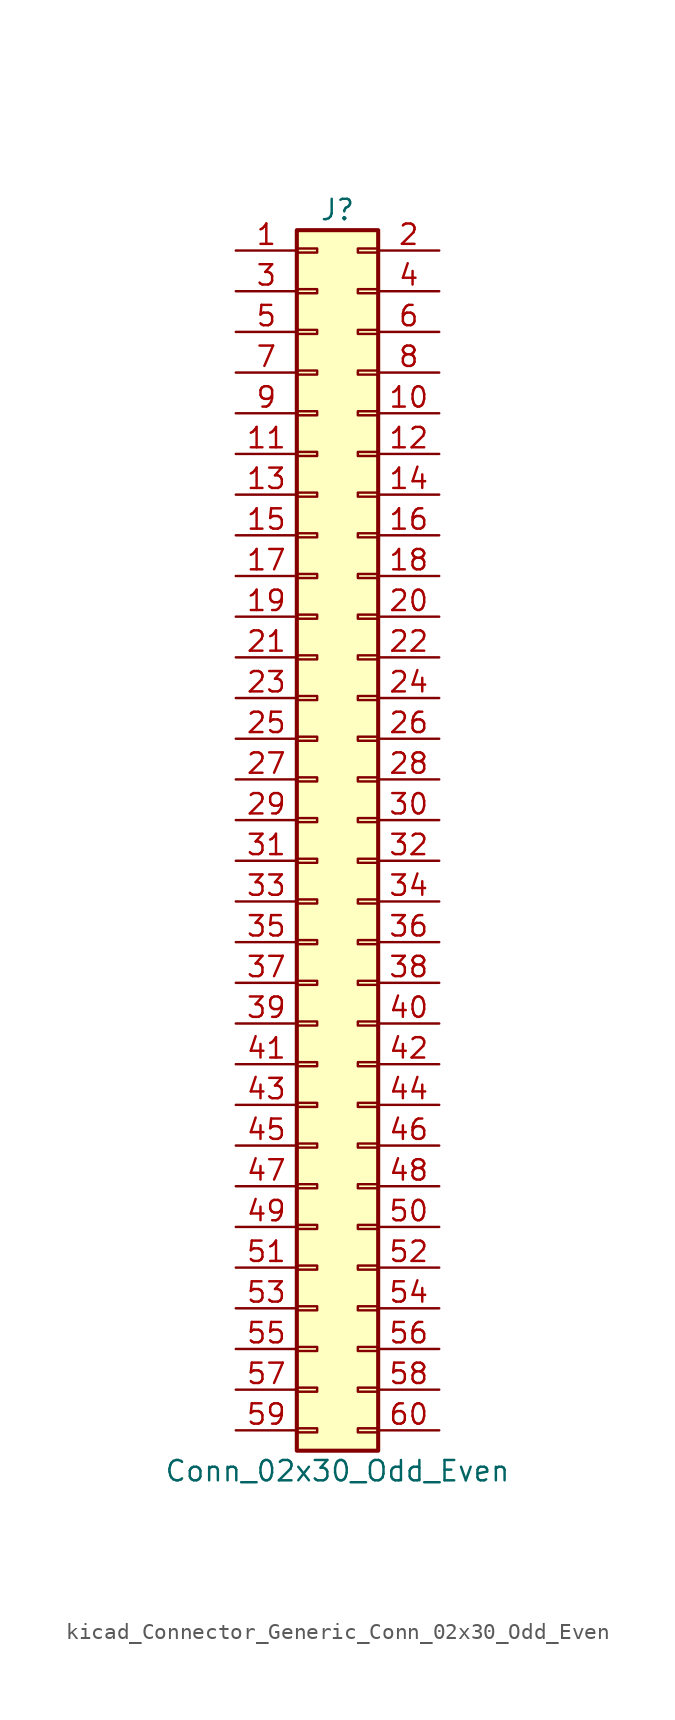
<source format=kicad_sym>
(kicad_symbol_lib
  (version 20220914)
  (generator kicad_symbol_editor)
  (symbol "kicad_Connector_Generic_Conn_02x30_Odd_Even"
    (pin_names
      (offset 1.016) hide)
    (property "Reference" "J"
      (at 1.27 38.1 0)
      (effects (font (size 1.27 1.27))))
    (property "Value" "Conn_02x30_Odd_Even"
      (at 1.27 -40.64 0)
      (effects (font (size 1.27 1.27))))
    (symbol "kicad_Connector_Generic_Conn_02x30_Odd_Even_1_1"
      (rectangle (start -1.27 -37.973) (end 0 -38.227) (stroke (width 0.152) (type default)) (fill (type none)))
      (rectangle (start -1.27 -35.433) (end 0 -35.687) (stroke (width 0.152) (type default)) (fill (type none)))
      (rectangle (start -1.27 -32.893) (end 0 -33.147) (stroke (width 0.152) (type default)) (fill (type none)))
      (rectangle (start -1.27 -30.353) (end 0 -30.607) (stroke (width 0.152) (type default)) (fill (type none)))
      (rectangle (start -1.27 -27.813) (end 0 -28.067) (stroke (width 0.152) (type default)) (fill (type none)))
      (rectangle (start -1.27 -25.273) (end 0 -25.527) (stroke (width 0.152) (type default)) (fill (type none)))
      (rectangle (start -1.27 -22.733) (end 0 -22.987) (stroke (width 0.152) (type default)) (fill (type none)))
      (rectangle (start -1.27 -20.193) (end 0 -20.447) (stroke (width 0.152) (type default)) (fill (type none)))
      (rectangle (start -1.27 -17.653) (end 0 -17.907) (stroke (width 0.152) (type default)) (fill (type none)))
      (rectangle (start -1.27 -15.113) (end 0 -15.367) (stroke (width 0.152) (type default)) (fill (type none)))
      (rectangle (start -1.27 -12.573) (end 0 -12.827) (stroke (width 0.152) (type default)) (fill (type none)))
      (rectangle (start -1.27 -10.033) (end 0 -10.287) (stroke (width 0.152) (type default)) (fill (type none)))
      (rectangle (start -1.27 -7.493) (end 0 -7.747) (stroke (width 0.152) (type default)) (fill (type none)))
      (rectangle (start -1.27 -4.953) (end 0 -5.207) (stroke (width 0.152) (type default)) (fill (type none)))
      (rectangle (start -1.27 -2.413) (end 0 -2.667) (stroke (width 0.152) (type default)) (fill (type none)))
      (rectangle (start -1.27 0.127) (end 0 -0.127) (stroke (width 0.152) (type default)) (fill (type none)))
      (rectangle (start -1.27 2.667) (end 0 2.413) (stroke (width 0.152) (type default)) (fill (type none)))
      (rectangle (start -1.27 5.207) (end 0 4.953) (stroke (width 0.152) (type default)) (fill (type none)))
      (rectangle (start -1.27 7.747) (end 0 7.493) (stroke (width 0.152) (type default)) (fill (type none)))
      (rectangle (start -1.27 10.287) (end 0 10.033) (stroke (width 0.152) (type default)) (fill (type none)))
      (rectangle (start -1.27 12.827) (end 0 12.573) (stroke (width 0.152) (type default)) (fill (type none)))
      (rectangle (start -1.27 15.367) (end 0 15.113) (stroke (width 0.152) (type default)) (fill (type none)))
      (rectangle (start -1.27 17.907) (end 0 17.653) (stroke (width 0.152) (type default)) (fill (type none)))
      (rectangle (start -1.27 20.447) (end 0 20.193) (stroke (width 0.152) (type default)) (fill (type none)))
      (rectangle (start -1.27 22.987) (end 0 22.733) (stroke (width 0.152) (type default)) (fill (type none)))
      (rectangle (start -1.27 25.527) (end 0 25.273) (stroke (width 0.152) (type default)) (fill (type none)))
      (rectangle (start -1.27 28.067) (end 0 27.813) (stroke (width 0.152) (type default)) (fill (type none)))
      (rectangle (start -1.27 30.607) (end 0 30.353) (stroke (width 0.152) (type default)) (fill (type none)))
      (rectangle (start -1.27 33.147) (end 0 32.893) (stroke (width 0.152) (type default)) (fill (type none)))
      (rectangle (start -1.27 35.687) (end 0 35.433) (stroke (width 0.152) (type default)) (fill (type none)))
      (rectangle (start -1.27 36.83) (end 3.81 -39.37) (stroke (width 0.254) (type default)) (fill (type background)))
      (rectangle (start 3.81 -37.973) (end 2.54 -38.227) (stroke (width 0.152) (type default)) (fill (type none)))
      (rectangle (start 3.81 -35.433) (end 2.54 -35.687) (stroke (width 0.152) (type default)) (fill (type none)))
      (rectangle (start 3.81 -32.893) (end 2.54 -33.147) (stroke (width 0.152) (type default)) (fill (type none)))
      (rectangle (start 3.81 -30.353) (end 2.54 -30.607) (stroke (width 0.152) (type default)) (fill (type none)))
      (rectangle (start 3.81 -27.813) (end 2.54 -28.067) (stroke (width 0.152) (type default)) (fill (type none)))
      (rectangle (start 3.81 -25.273) (end 2.54 -25.527) (stroke (width 0.152) (type default)) (fill (type none)))
      (rectangle (start 3.81 -22.733) (end 2.54 -22.987) (stroke (width 0.152) (type default)) (fill (type none)))
      (rectangle (start 3.81 -20.193) (end 2.54 -20.447) (stroke (width 0.152) (type default)) (fill (type none)))
      (rectangle (start 3.81 -17.653) (end 2.54 -17.907) (stroke (width 0.152) (type default)) (fill (type none)))
      (rectangle (start 3.81 -15.113) (end 2.54 -15.367) (stroke (width 0.152) (type default)) (fill (type none)))
      (rectangle (start 3.81 -12.573) (end 2.54 -12.827) (stroke (width 0.152) (type default)) (fill (type none)))
      (rectangle (start 3.81 -10.033) (end 2.54 -10.287) (stroke (width 0.152) (type default)) (fill (type none)))
      (rectangle (start 3.81 -7.493) (end 2.54 -7.747) (stroke (width 0.152) (type default)) (fill (type none)))
      (rectangle (start 3.81 -4.953) (end 2.54 -5.207) (stroke (width 0.152) (type default)) (fill (type none)))
      (rectangle (start 3.81 -2.413) (end 2.54 -2.667) (stroke (width 0.152) (type default)) (fill (type none)))
      (rectangle (start 3.81 0.127) (end 2.54 -0.127) (stroke (width 0.152) (type default)) (fill (type none)))
      (rectangle (start 3.81 2.667) (end 2.54 2.413) (stroke (width 0.152) (type default)) (fill (type none)))
      (rectangle (start 3.81 5.207) (end 2.54 4.953) (stroke (width 0.152) (type default)) (fill (type none)))
      (rectangle (start 3.81 7.747) (end 2.54 7.493) (stroke (width 0.152) (type default)) (fill (type none)))
      (rectangle (start 3.81 10.287) (end 2.54 10.033) (stroke (width 0.152) (type default)) (fill (type none)))
      (rectangle (start 3.81 12.827) (end 2.54 12.573) (stroke (width 0.152) (type default)) (fill (type none)))
      (rectangle (start 3.81 15.367) (end 2.54 15.113) (stroke (width 0.152) (type default)) (fill (type none)))
      (rectangle (start 3.81 17.907) (end 2.54 17.653) (stroke (width 0.152) (type default)) (fill (type none)))
      (rectangle (start 3.81 20.447) (end 2.54 20.193) (stroke (width 0.152) (type default)) (fill (type none)))
      (rectangle (start 3.81 22.987) (end 2.54 22.733) (stroke (width 0.152) (type default)) (fill (type none)))
      (rectangle (start 3.81 25.527) (end 2.54 25.273) (stroke (width 0.152) (type default)) (fill (type none)))
      (rectangle (start 3.81 28.067) (end 2.54 27.813) (stroke (width 0.152) (type default)) (fill (type none)))
      (rectangle (start 3.81 30.607) (end 2.54 30.353) (stroke (width 0.152) (type default)) (fill (type none)))
      (rectangle (start 3.81 33.147) (end 2.54 32.893) (stroke (width 0.152) (type default)) (fill (type none)))
      (rectangle (start 3.81 35.687) (end 2.54 35.433) (stroke (width 0.152) (type default)) (fill (type none)))
      (pin passive line (at -5.08 35.56 0) (length 3.81) (name "Pin_1" (effects (font (size 1.27 1.27)))) (number "1" (effects (font (size 1.27 1.27)))))
      (pin passive line (at 7.62 25.4 180) (length 3.81) (name "Pin_10" (effects (font (size 1.27 1.27)))) (number "10" (effects (font (size 1.27 1.27)))))
      (pin passive line (at -5.08 22.86 0) (length 3.81) (name "Pin_11" (effects (font (size 1.27 1.27)))) (number "11" (effects (font (size 1.27 1.27)))))
      (pin passive line (at 7.62 22.86 180) (length 3.81) (name "Pin_12" (effects (font (size 1.27 1.27)))) (number "12" (effects (font (size 1.27 1.27)))))
      (pin passive line (at -5.08 20.32 0) (length 3.81) (name "Pin_13" (effects (font (size 1.27 1.27)))) (number "13" (effects (font (size 1.27 1.27)))))
      (pin passive line (at 7.62 20.32 180) (length 3.81) (name "Pin_14" (effects (font (size 1.27 1.27)))) (number "14" (effects (font (size 1.27 1.27)))))
      (pin passive line (at -5.08 17.78 0) (length 3.81) (name "Pin_15" (effects (font (size 1.27 1.27)))) (number "15" (effects (font (size 1.27 1.27)))))
      (pin passive line (at 7.62 17.78 180) (length 3.81) (name "Pin_16" (effects (font (size 1.27 1.27)))) (number "16" (effects (font (size 1.27 1.27)))))
      (pin passive line (at -5.08 15.24 0) (length 3.81) (name "Pin_17" (effects (font (size 1.27 1.27)))) (number "17" (effects (font (size 1.27 1.27)))))
      (pin passive line (at 7.62 15.24 180) (length 3.81) (name "Pin_18" (effects (font (size 1.27 1.27)))) (number "18" (effects (font (size 1.27 1.27)))))
      (pin passive line (at -5.08 12.7 0) (length 3.81) (name "Pin_19" (effects (font (size 1.27 1.27)))) (number "19" (effects (font (size 1.27 1.27)))))
      (pin passive line (at 7.62 35.56 180) (length 3.81) (name "Pin_2" (effects (font (size 1.27 1.27)))) (number "2" (effects (font (size 1.27 1.27)))))
      (pin passive line (at 7.62 12.7 180) (length 3.81) (name "Pin_20" (effects (font (size 1.27 1.27)))) (number "20" (effects (font (size 1.27 1.27)))))
      (pin passive line (at -5.08 10.16 0) (length 3.81) (name "Pin_21" (effects (font (size 1.27 1.27)))) (number "21" (effects (font (size 1.27 1.27)))))
      (pin passive line (at 7.62 10.16 180) (length 3.81) (name "Pin_22" (effects (font (size 1.27 1.27)))) (number "22" (effects (font (size 1.27 1.27)))))
      (pin passive line (at -5.08 7.62 0) (length 3.81) (name "Pin_23" (effects (font (size 1.27 1.27)))) (number "23" (effects (font (size 1.27 1.27)))))
      (pin passive line (at 7.62 7.62 180) (length 3.81) (name "Pin_24" (effects (font (size 1.27 1.27)))) (number "24" (effects (font (size 1.27 1.27)))))
      (pin passive line (at -5.08 5.08 0) (length 3.81) (name "Pin_25" (effects (font (size 1.27 1.27)))) (number "25" (effects (font (size 1.27 1.27)))))
      (pin passive line (at 7.62 5.08 180) (length 3.81) (name "Pin_26" (effects (font (size 1.27 1.27)))) (number "26" (effects (font (size 1.27 1.27)))))
      (pin passive line (at -5.08 2.54 0) (length 3.81) (name "Pin_27" (effects (font (size 1.27 1.27)))) (number "27" (effects (font (size 1.27 1.27)))))
      (pin passive line (at 7.62 2.54 180) (length 3.81) (name "Pin_28" (effects (font (size 1.27 1.27)))) (number "28" (effects (font (size 1.27 1.27)))))
      (pin passive line (at -5.08 0 0) (length 3.81) (name "Pin_29" (effects (font (size 1.27 1.27)))) (number "29" (effects (font (size 1.27 1.27)))))
      (pin passive line (at -5.08 33.02 0) (length 3.81) (name "Pin_3" (effects (font (size 1.27 1.27)))) (number "3" (effects (font (size 1.27 1.27)))))
      (pin passive line (at 7.62 0 180) (length 3.81) (name "Pin_30" (effects (font (size 1.27 1.27)))) (number "30" (effects (font (size 1.27 1.27)))))
      (pin passive line (at -5.08 -2.54 0) (length 3.81) (name "Pin_31" (effects (font (size 1.27 1.27)))) (number "31" (effects (font (size 1.27 1.27)))))
      (pin passive line (at 7.62 -2.54 180) (length 3.81) (name "Pin_32" (effects (font (size 1.27 1.27)))) (number "32" (effects (font (size 1.27 1.27)))))
      (pin passive line (at -5.08 -5.08 0) (length 3.81) (name "Pin_33" (effects (font (size 1.27 1.27)))) (number "33" (effects (font (size 1.27 1.27)))))
      (pin passive line (at 7.62 -5.08 180) (length 3.81) (name "Pin_34" (effects (font (size 1.27 1.27)))) (number "34" (effects (font (size 1.27 1.27)))))
      (pin passive line (at -5.08 -7.62 0) (length 3.81) (name "Pin_35" (effects (font (size 1.27 1.27)))) (number "35" (effects (font (size 1.27 1.27)))))
      (pin passive line (at 7.62 -7.62 180) (length 3.81) (name "Pin_36" (effects (font (size 1.27 1.27)))) (number "36" (effects (font (size 1.27 1.27)))))
      (pin passive line (at -5.08 -10.16 0) (length 3.81) (name "Pin_37" (effects (font (size 1.27 1.27)))) (number "37" (effects (font (size 1.27 1.27)))))
      (pin passive line (at 7.62 -10.16 180) (length 3.81) (name "Pin_38" (effects (font (size 1.27 1.27)))) (number "38" (effects (font (size 1.27 1.27)))))
      (pin passive line (at -5.08 -12.7 0) (length 3.81) (name "Pin_39" (effects (font (size 1.27 1.27)))) (number "39" (effects (font (size 1.27 1.27)))))
      (pin passive line (at 7.62 33.02 180) (length 3.81) (name "Pin_4" (effects (font (size 1.27 1.27)))) (number "4" (effects (font (size 1.27 1.27)))))
      (pin passive line (at 7.62 -12.7 180) (length 3.81) (name "Pin_40" (effects (font (size 1.27 1.27)))) (number "40" (effects (font (size 1.27 1.27)))))
      (pin passive line (at -5.08 -15.24 0) (length 3.81) (name "Pin_41" (effects (font (size 1.27 1.27)))) (number "41" (effects (font (size 1.27 1.27)))))
      (pin passive line (at 7.62 -15.24 180) (length 3.81) (name "Pin_42" (effects (font (size 1.27 1.27)))) (number "42" (effects (font (size 1.27 1.27)))))
      (pin passive line (at -5.08 -17.78 0) (length 3.81) (name "Pin_43" (effects (font (size 1.27 1.27)))) (number "43" (effects (font (size 1.27 1.27)))))
      (pin passive line (at 7.62 -17.78 180) (length 3.81) (name "Pin_44" (effects (font (size 1.27 1.27)))) (number "44" (effects (font (size 1.27 1.27)))))
      (pin passive line (at -5.08 -20.32 0) (length 3.81) (name "Pin_45" (effects (font (size 1.27 1.27)))) (number "45" (effects (font (size 1.27 1.27)))))
      (pin passive line (at 7.62 -20.32 180) (length 3.81) (name "Pin_46" (effects (font (size 1.27 1.27)))) (number "46" (effects (font (size 1.27 1.27)))))
      (pin passive line (at -5.08 -22.86 0) (length 3.81) (name "Pin_47" (effects (font (size 1.27 1.27)))) (number "47" (effects (font (size 1.27 1.27)))))
      (pin passive line (at 7.62 -22.86 180) (length 3.81) (name "Pin_48" (effects (font (size 1.27 1.27)))) (number "48" (effects (font (size 1.27 1.27)))))
      (pin passive line (at -5.08 -25.4 0) (length 3.81) (name "Pin_49" (effects (font (size 1.27 1.27)))) (number "49" (effects (font (size 1.27 1.27)))))
      (pin passive line (at -5.08 30.48 0) (length 3.81) (name "Pin_5" (effects (font (size 1.27 1.27)))) (number "5" (effects (font (size 1.27 1.27)))))
      (pin passive line (at 7.62 -25.4 180) (length 3.81) (name "Pin_50" (effects (font (size 1.27 1.27)))) (number "50" (effects (font (size 1.27 1.27)))))
      (pin passive line (at -5.08 -27.94 0) (length 3.81) (name "Pin_51" (effects (font (size 1.27 1.27)))) (number "51" (effects (font (size 1.27 1.27)))))
      (pin passive line (at 7.62 -27.94 180) (length 3.81) (name "Pin_52" (effects (font (size 1.27 1.27)))) (number "52" (effects (font (size 1.27 1.27)))))
      (pin passive line (at -5.08 -30.48 0) (length 3.81) (name "Pin_53" (effects (font (size 1.27 1.27)))) (number "53" (effects (font (size 1.27 1.27)))))
      (pin passive line (at 7.62 -30.48 180) (length 3.81) (name "Pin_54" (effects (font (size 1.27 1.27)))) (number "54" (effects (font (size 1.27 1.27)))))
      (pin passive line (at -5.08 -33.02 0) (length 3.81) (name "Pin_55" (effects (font (size 1.27 1.27)))) (number "55" (effects (font (size 1.27 1.27)))))
      (pin passive line (at 7.62 -33.02 180) (length 3.81) (name "Pin_56" (effects (font (size 1.27 1.27)))) (number "56" (effects (font (size 1.27 1.27)))))
      (pin passive line (at -5.08 -35.56 0) (length 3.81) (name "Pin_57" (effects (font (size 1.27 1.27)))) (number "57" (effects (font (size 1.27 1.27)))))
      (pin passive line (at 7.62 -35.56 180) (length 3.81) (name "Pin_58" (effects (font (size 1.27 1.27)))) (number "58" (effects (font (size 1.27 1.27)))))
      (pin passive line (at -5.08 -38.1 0) (length 3.81) (name "Pin_59" (effects (font (size 1.27 1.27)))) (number "59" (effects (font (size 1.27 1.27)))))
      (pin passive line (at 7.62 30.48 180) (length 3.81) (name "Pin_6" (effects (font (size 1.27 1.27)))) (number "6" (effects (font (size 1.27 1.27)))))
      (pin passive line (at 7.62 -38.1 180) (length 3.81) (name "Pin_60" (effects (font (size 1.27 1.27)))) (number "60" (effects (font (size 1.27 1.27)))))
      (pin passive line (at -5.08 27.94 0) (length 3.81) (name "Pin_7" (effects (font (size 1.27 1.27)))) (number "7" (effects (font (size 1.27 1.27)))))
      (pin passive line (at 7.62 27.94 180) (length 3.81) (name "Pin_8" (effects (font (size 1.27 1.27)))) (number "8" (effects (font (size 1.27 1.27)))))
      (pin passive line (at -5.08 25.4 0) (length 3.81) (name "Pin_9" (effects (font (size 1.27 1.27)))) (number "9" (effects (font (size 1.27 1.27))))))))
</source>
